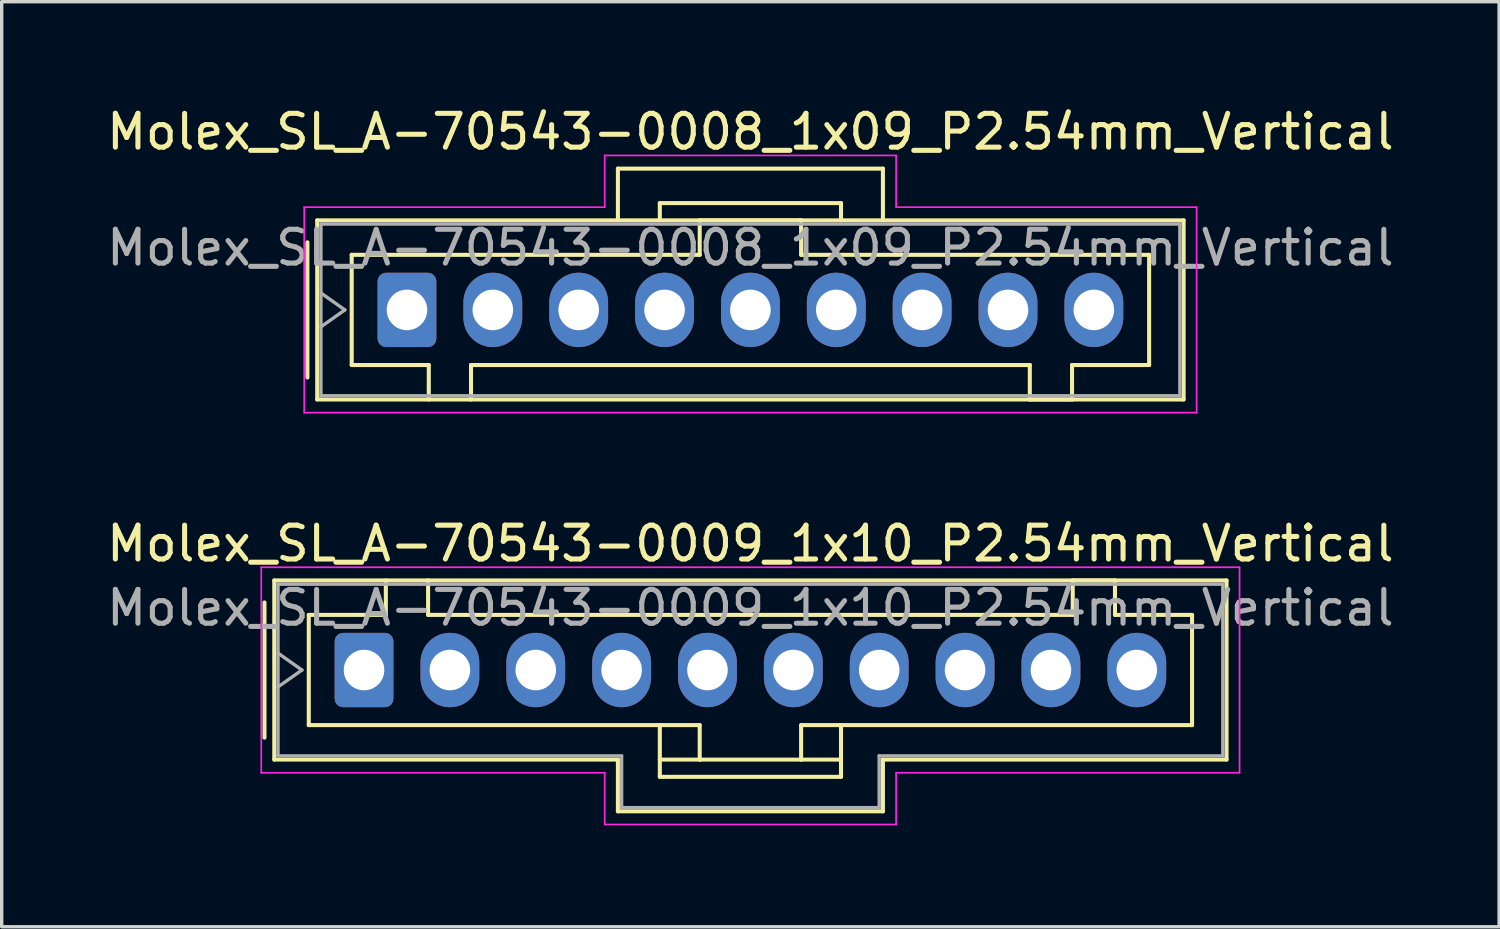
<source format=kicad_pcb>
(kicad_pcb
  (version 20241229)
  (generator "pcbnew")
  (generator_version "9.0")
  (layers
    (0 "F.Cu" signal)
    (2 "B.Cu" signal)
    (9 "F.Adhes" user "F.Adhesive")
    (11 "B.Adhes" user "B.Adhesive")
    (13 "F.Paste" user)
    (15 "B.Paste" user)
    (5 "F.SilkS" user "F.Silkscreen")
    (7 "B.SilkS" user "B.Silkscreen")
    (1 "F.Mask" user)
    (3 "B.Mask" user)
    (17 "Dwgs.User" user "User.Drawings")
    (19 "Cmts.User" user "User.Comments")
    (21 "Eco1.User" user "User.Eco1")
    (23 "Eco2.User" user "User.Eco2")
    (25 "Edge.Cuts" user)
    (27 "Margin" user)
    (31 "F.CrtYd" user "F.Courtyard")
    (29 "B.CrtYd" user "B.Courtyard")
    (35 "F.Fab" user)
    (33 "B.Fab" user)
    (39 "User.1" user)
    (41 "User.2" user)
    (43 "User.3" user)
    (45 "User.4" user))
  (footprint "Molex_SL_A-70543-0009_1x10_P2.54mm_Vertical"
    (layer "F.Cu")
    (at 7.719 16.771)
    (property "Reference" "Molex_SL_A-70543-0009_1x10_P2.54mm_Vertical" (at 11.43 -3.74 0) (layer "F.SilkS") (effects (font (size 1 1) (thickness 0.15))))
    (attr through_hole)
    (fp_line (start -2.945 -2) (end -2.945 2) (stroke (width 0.12) (type solid)) (layer "F.SilkS"))
    (fp_line (start -2.655 -2.65) (end 25.515 -2.65) (stroke (width 0.12) (type solid)) (layer "F.SilkS"))
    (fp_line (start -2.655 2.65) (end -2.655 -2.65) (stroke (width 0.12) (type solid)) (layer "F.SilkS"))
    (fp_line (start -2.655 2.65) (end 7.51 2.65) (stroke (width 0.12) (type solid)) (layer "F.SilkS"))
    (fp_line (start -1.635 -1.63) (end -1.635 1.63) (stroke (width 0.12) (type solid)) (layer "F.SilkS"))
    (fp_line (start -1.635 1.63) (end 9.93 1.63) (stroke (width 0.12) (type solid)) (layer "F.SilkS"))
    (fp_line (start 0.645 -2.65) (end 0.645 -1.63) (stroke (width 0.12) (type solid)) (layer "F.SilkS"))
    (fp_line (start 0.645 -1.63) (end -1.635 -1.63) (stroke (width 0.12) (type solid)) (layer "F.SilkS"))
    (fp_line (start 1.895 -1.63) (end 1.895 -2.65) (stroke (width 0.12) (type solid)) (layer "F.SilkS"))
    (fp_line (start 7.51 2.65) (end 7.51 4.18) (stroke (width 0.12) (type solid)) (layer "F.SilkS"))
    (fp_line (start 7.51 4.18) (end 15.35 4.18) (stroke (width 0.12) (type solid)) (layer "F.SilkS"))
    (fp_line (start 8.75 1.63) (end 8.75 3.16) (stroke (width 0.12) (type solid)) (layer "F.SilkS"))
    (fp_line (start 8.75 2.65) (end 9.93 2.65) (stroke (width 0.12) (type solid)) (layer "F.SilkS"))
    (fp_line (start 8.75 3.16) (end 14.11 3.16) (stroke (width 0.12) (type solid)) (layer "F.SilkS"))
    (fp_line (start 9.93 1.63) (end 9.93 2.65) (stroke (width 0.12) (type solid)) (layer "F.SilkS"))
    (fp_line (start 9.93 2.65) (end 12.93 2.65) (stroke (width 0.12) (type solid)) (layer "F.SilkS"))
    (fp_line (start 12.93 1.63) (end 24.495 1.63) (stroke (width 0.12) (type solid)) (layer "F.SilkS"))
    (fp_line (start 12.93 2.65) (end 12.93 1.63) (stroke (width 0.12) (type solid)) (layer "F.SilkS"))
    (fp_line (start 14.11 2.65) (end 12.93 2.65) (stroke (width 0.12) (type solid)) (layer "F.SilkS"))
    (fp_line (start 14.11 3.16) (end 14.11 1.63) (stroke (width 0.12) (type solid)) (layer "F.SilkS"))
    (fp_line (start 15.35 4.18) (end 15.35 2.65) (stroke (width 0.12) (type solid)) (layer "F.SilkS"))
    (fp_line (start 20.965 -2.65) (end 20.965 -1.63) (stroke (width 0.12) (type solid)) (layer "F.SilkS"))
    (fp_line (start 20.965 -1.63) (end 1.895 -1.63) (stroke (width 0.12) (type solid)) (layer "F.SilkS"))
    (fp_line (start 22.215 -2.65) (end 20.965 -2.65) (stroke (width 0.12) (type solid)) (layer "F.SilkS"))
    (fp_line (start 22.215 -1.63) (end 22.215 -2.65) (stroke (width 0.12) (type solid)) (layer "F.SilkS"))
    (fp_line (start 24.495 -1.63) (end 22.215 -1.63) (stroke (width 0.12) (type solid)) (layer "F.SilkS"))
    (fp_line (start 24.495 1.63) (end 24.495 -1.63) (stroke (width 0.12) (type solid)) (layer "F.SilkS"))
    (fp_line (start 25.515 -2.65) (end 25.515 2.65) (stroke (width 0.12) (type solid)) (layer "F.SilkS"))
    (fp_line (start 25.515 2.65) (end 15.35 2.65) (stroke (width 0.12) (type solid)) (layer "F.SilkS"))
    (fp_line (start -3.04 -3.04) (end -3.04 3.04) (stroke (width 0.05) (type solid)) (layer "F.CrtYd"))
    (fp_line (start -3.04 3.04) (end 7.12 3.04) (stroke (width 0.05) (type solid)) (layer "F.CrtYd"))
    (fp_line (start 7.12 3.04) (end 7.12 4.57) (stroke (width 0.05) (type solid)) (layer "F.CrtYd"))
    (fp_line (start 7.12 4.57) (end 15.74 4.57) (stroke (width 0.05) (type solid)) (layer "F.CrtYd"))
    (fp_line (start 15.74 3.04) (end 25.9 3.04) (stroke (width 0.05) (type solid)) (layer "F.CrtYd"))
    (fp_line (start 15.74 4.57) (end 15.74 3.04) (stroke (width 0.05) (type solid)) (layer "F.CrtYd"))
    (fp_line (start 25.9 -3.04) (end -3.04 -3.04) (stroke (width 0.05) (type solid)) (layer "F.CrtYd"))
    (fp_line (start 25.9 3.04) (end 25.9 -3.04) (stroke (width 0.05) (type solid)) (layer "F.CrtYd"))
    (fp_line (start -2.545 -2.54) (end -2.545 2.54) (stroke (width 0.1) (type solid)) (layer "F.Fab"))
    (fp_line (start -2.545 -0.5) (end -1.838 0) (stroke (width 0.1) (type solid)) (layer "F.Fab"))
    (fp_line (start -2.545 2.54) (end 7.62 2.54) (stroke (width 0.1) (type solid)) (layer "F.Fab"))
    (fp_line (start -1.838 0) (end -2.545 0.5) (stroke (width 0.1) (type solid)) (layer "F.Fab"))
    (fp_line (start 7.62 2.54) (end 7.62 4.07) (stroke (width 0.1) (type solid)) (layer "F.Fab"))
    (fp_line (start 7.62 4.07) (end 15.24 4.07) (stroke (width 0.1) (type solid)) (layer "F.Fab"))
    (fp_line (start 15.24 2.54) (end 25.405 2.54) (stroke (width 0.1) (type solid)) (layer "F.Fab"))
    (fp_line (start 15.24 4.07) (end 15.24 2.54) (stroke (width 0.1) (type solid)) (layer "F.Fab"))
    (fp_line (start 25.405 -2.54) (end -2.545 -2.54) (stroke (width 0.1) (type solid)) (layer "F.Fab"))
    (fp_line (start 25.405 2.54) (end 25.405 -2.54) (stroke (width 0.1) (type solid)) (layer "F.Fab"))
    (fp_text user "${REFERENCE}" (at 11.43 -1.84 0) (layer "F.Fab") (effects (font (size 1 1) (thickness 0.15))))
    (pad "1" thru_hole roundrect (at 0 0) (size 1.74 2.2) (drill 1.2) (layers "*.Cu" "*.Mask") (roundrect_rratio 0.144))
    (pad "2" thru_hole oval (at 2.54 0) (size 1.74 2.2) (drill 1.2) (layers "*.Cu" "*.Mask"))
    (pad "3" thru_hole oval (at 5.08 0) (size 1.74 2.2) (drill 1.2) (layers "*.Cu" "*.Mask"))
    (pad "4" thru_hole oval (at 7.62 0) (size 1.74 2.2) (drill 1.2) (layers "*.Cu" "*.Mask"))
    (pad "5" thru_hole oval (at 10.16 0) (size 1.74 2.2) (drill 1.2) (layers "*.Cu" "*.Mask"))
    (pad "6" thru_hole oval (at 12.7 0) (size 1.74 2.2) (drill 1.2) (layers "*.Cu" "*.Mask"))
    (pad "7" thru_hole oval (at 15.24 0) (size 1.74 2.2) (drill 1.2) (layers "*.Cu" "*.Mask"))
    (pad "8" thru_hole oval (at 17.78 0) (size 1.74 2.2) (drill 1.2) (layers "*.Cu" "*.Mask"))
    (pad "9" thru_hole oval (at 20.32 0) (size 1.74 2.2) (drill 1.2) (layers "*.Cu" "*.Mask"))
    (pad "10" thru_hole oval (at 22.86 0) (size 1.74 2.2) (drill 1.2) (layers "*.Cu" "*.Mask")))
  (footprint "Molex_SL_A-70543-0008_1x09_P2.54mm_Vertical"
    (layer "F.Cu")
    (at 8.989 6.118)
    (property "Reference" "Molex_SL_A-70543-0008_1x09_P2.54mm_Vertical" (at 10.16 -5.27 0) (layer "F.SilkS") (effects (font (size 1 1) (thickness 0.15))))
    (attr through_hole)
    (fp_line (start -2.945 -2) (end -2.945 2) (stroke (width 0.12) (type solid)) (layer "F.SilkS"))
    (fp_line (start -2.655 -2.65) (end -2.655 2.65) (stroke (width 0.12) (type solid)) (layer "F.SilkS"))
    (fp_line (start -2.655 2.65) (end 22.975 2.65) (stroke (width 0.12) (type solid)) (layer "F.SilkS"))
    (fp_line (start -1.635 -1.63) (end 8.66 -1.63) (stroke (width 0.12) (type solid)) (layer "F.SilkS"))
    (fp_line (start -1.635 1.63) (end -1.635 -1.63) (stroke (width 0.12) (type solid)) (layer "F.SilkS"))
    (fp_line (start 0.645 1.63) (end -1.635 1.63) (stroke (width 0.12) (type solid)) (layer "F.SilkS"))
    (fp_line (start 0.645 2.65) (end 0.645 1.63) (stroke (width 0.12) (type solid)) (layer "F.SilkS"))
    (fp_line (start 1.895 1.63) (end 1.895 2.65) (stroke (width 0.12) (type solid)) (layer "F.SilkS"))
    (fp_line (start 6.24 -4.18) (end 14.08 -4.18) (stroke (width 0.12) (type solid)) (layer "F.SilkS"))
    (fp_line (start 6.24 -2.65) (end 6.24 -4.18) (stroke (width 0.12) (type solid)) (layer "F.SilkS"))
    (fp_line (start 7.48 -3.16) (end 12.84 -3.16) (stroke (width 0.12) (type solid)) (layer "F.SilkS"))
    (fp_line (start 7.48 -2.65) (end 7.48 -3.16) (stroke (width 0.12) (type solid)) (layer "F.SilkS"))
    (fp_line (start 8.66 -2.65) (end 11.66 -2.65) (stroke (width 0.12) (type solid)) (layer "F.SilkS"))
    (fp_line (start 8.66 -1.63) (end 8.66 -2.65) (stroke (width 0.12) (type solid)) (layer "F.SilkS"))
    (fp_line (start 11.66 -2.65) (end 11.66 -1.63) (stroke (width 0.12) (type solid)) (layer "F.SilkS"))
    (fp_line (start 11.66 -1.63) (end 21.955 -1.63) (stroke (width 0.12) (type solid)) (layer "F.SilkS"))
    (fp_line (start 12.84 -3.16) (end 12.84 -2.65) (stroke (width 0.12) (type solid)) (layer "F.SilkS"))
    (fp_line (start 14.08 -4.18) (end 14.08 -2.65) (stroke (width 0.12) (type solid)) (layer "F.SilkS"))
    (fp_line (start 18.425 1.63) (end 1.895 1.63) (stroke (width 0.12) (type solid)) (layer "F.SilkS"))
    (fp_line (start 18.425 2.65) (end 18.425 1.63) (stroke (width 0.12) (type solid)) (layer "F.SilkS"))
    (fp_line (start 19.675 1.63) (end 19.675 2.65) (stroke (width 0.12) (type solid)) (layer "F.SilkS"))
    (fp_line (start 19.675 2.65) (end 18.425 2.65) (stroke (width 0.12) (type solid)) (layer "F.SilkS"))
    (fp_line (start 21.955 -1.63) (end 21.955 1.63) (stroke (width 0.12) (type solid)) (layer "F.SilkS"))
    (fp_line (start 21.955 1.63) (end 19.675 1.63) (stroke (width 0.12) (type solid)) (layer "F.SilkS"))
    (fp_line (start 22.975 -2.65) (end -2.655 -2.65) (stroke (width 0.12) (type solid)) (layer "F.SilkS"))
    (fp_line (start 22.975 2.65) (end 22.975 -2.65) (stroke (width 0.12) (type solid)) (layer "F.SilkS"))
    (fp_line (start -3.04 -3.04) (end 5.85 -3.04) (stroke (width 0.05) (type solid)) (layer "F.CrtYd"))
    (fp_line (start -3.04 3.04) (end -3.04 -3.04) (stroke (width 0.05) (type solid)) (layer "F.CrtYd"))
    (fp_line (start 5.85 -4.57) (end 14.47 -4.57) (stroke (width 0.05) (type solid)) (layer "F.CrtYd"))
    (fp_line (start 5.85 -3.04) (end 5.85 -4.57) (stroke (width 0.05) (type solid)) (layer "F.CrtYd"))
    (fp_line (start 14.47 -4.57) (end 14.47 -3.04) (stroke (width 0.05) (type solid)) (layer "F.CrtYd"))
    (fp_line (start 14.47 -3.04) (end 23.36 -3.04) (stroke (width 0.05) (type solid)) (layer "F.CrtYd"))
    (fp_line (start 23.36 -3.04) (end 23.36 3.04) (stroke (width 0.05) (type solid)) (layer "F.CrtYd"))
    (fp_line (start 23.36 3.04) (end -3.04 3.04) (stroke (width 0.05) (type solid)) (layer "F.CrtYd"))
    (fp_line (start -2.545 -2.54) (end -2.545 2.54) (stroke (width 0.1) (type solid)) (layer "F.Fab"))
    (fp_line (start -2.545 -0.5) (end -1.838 0) (stroke (width 0.1) (type solid)) (layer "F.Fab"))
    (fp_line (start -2.545 2.54) (end 22.865 2.54) (stroke (width 0.1) (type solid)) (layer "F.Fab"))
    (fp_line (start -1.838 0) (end -2.545 0.5) (stroke (width 0.1) (type solid)) (layer "F.Fab"))
    (fp_line (start 22.865 -2.54) (end -2.545 -2.54) (stroke (width 0.1) (type solid)) (layer "F.Fab"))
    (fp_line (start 22.865 2.54) (end 22.865 -2.54) (stroke (width 0.1) (type solid)) (layer "F.Fab"))
    (fp_text user "${REFERENCE}" (at 10.16 -1.84 0) (layer "F.Fab") (effects (font (size 1 1) (thickness 0.15))))
    (pad "1" thru_hole roundrect (at 0 0) (size 1.74 2.2) (drill 1.2) (layers "*.Cu" "*.Mask") (roundrect_rratio 0.144))
    (pad "2" thru_hole oval (at 2.54 0) (size 1.74 2.2) (drill 1.2) (layers "*.Cu" "*.Mask"))
    (pad "3" thru_hole oval (at 5.08 0) (size 1.74 2.2) (drill 1.2) (layers "*.Cu" "*.Mask"))
    (pad "4" thru_hole oval (at 7.62 0) (size 1.74 2.2) (drill 1.2) (layers "*.Cu" "*.Mask"))
    (pad "5" thru_hole oval (at 10.16 0) (size 1.74 2.2) (drill 1.2) (layers "*.Cu" "*.Mask"))
    (pad "6" thru_hole oval (at 12.7 0) (size 1.74 2.2) (drill 1.2) (layers "*.Cu" "*.Mask"))
    (pad "7" thru_hole oval (at 15.24 0) (size 1.74 2.2) (drill 1.2) (layers "*.Cu" "*.Mask"))
    (pad "8" thru_hole oval (at 17.78 0) (size 1.74 2.2) (drill 1.2) (layers "*.Cu" "*.Mask"))
    (pad "9" thru_hole oval (at 20.32 0) (size 1.74 2.2) (drill 1.2) (layers "*.Cu" "*.Mask")))
  (gr_rect
    (start -3 -3)
    (end 41.298 24.366)
    (stroke (width 0.1) (type default))
    (fill no)
    (layer "Edge.Cuts")))
</source>
